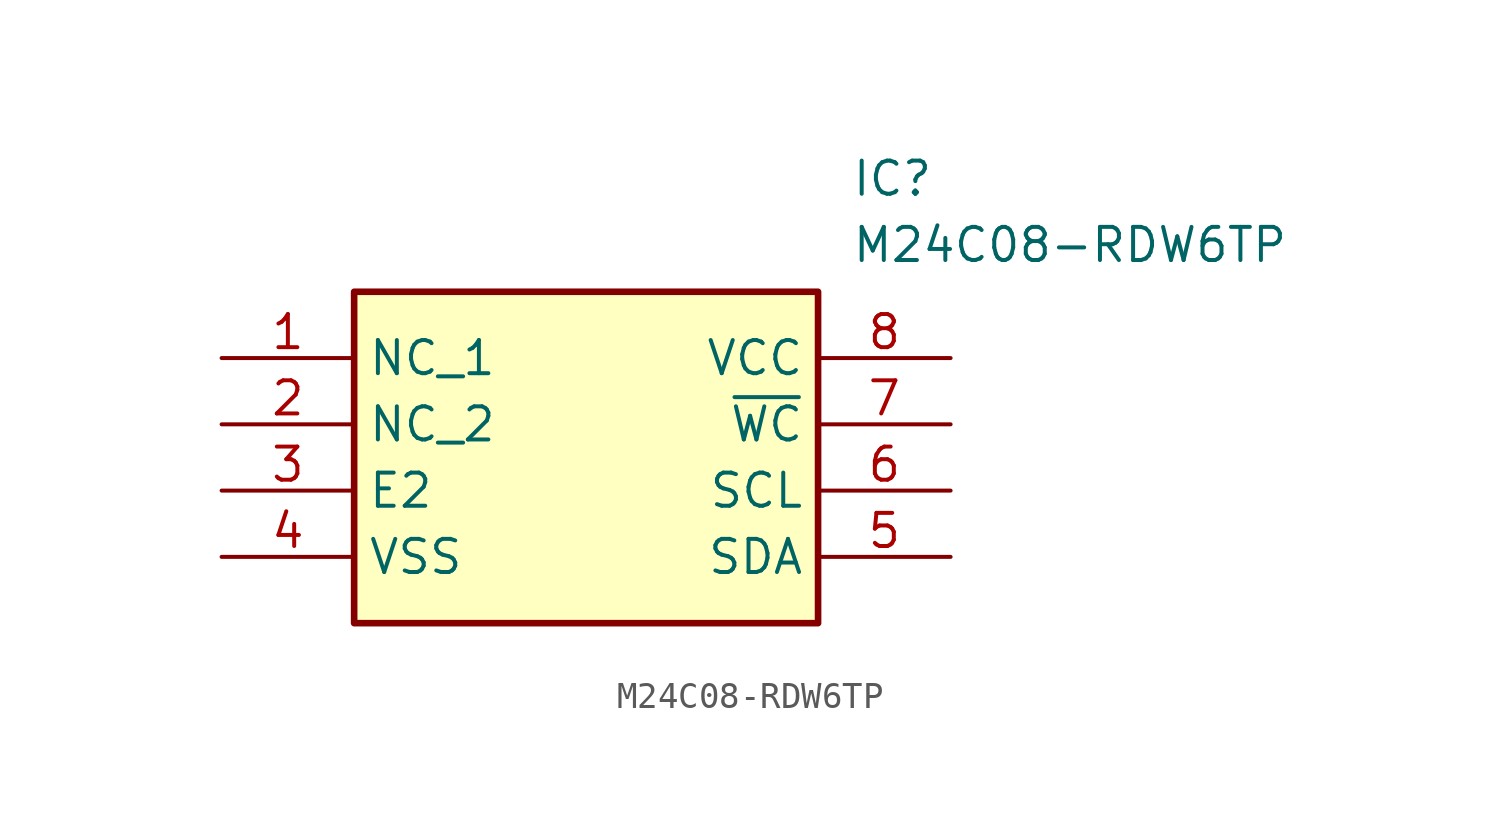
<source format=kicad_sym>
(kicad_symbol_lib
  (version 20211014)
  (generator SamacSys_ECAD_Model)
  (symbol "M24C08-RDW6TP"
    (property "Reference" "IC"
      (at 24.13 7.62 0)
      (effects (font (size 1.27 1.27)) (justify left top)))
    (property "Value" "M24C08-RDW6TP"
      (at 24.13 5.08 0)
      (effects (font (size 1.27 1.27)) (justify left top)))
    (rectangle
      (start 5.08 2.54)
      (end 22.86 -10.16)
      (stroke (width 0.254) (type default))
      (fill (type background)))
    (pin passive line
      (at 0 0 0)
      (length 5.08)
      (name "NC_1" (effects (font (size 1.27 1.27))))
      (number "1" (effects (font (size 1.27 1.27)))))
    (pin passive line
      (at 0 -2.54 0)
      (length 5.08)
      (name "NC_2" (effects (font (size 1.27 1.27))))
      (number "2" (effects (font (size 1.27 1.27)))))
    (pin passive line
      (at 0 -5.08 0)
      (length 5.08)
      (name "E2" (effects (font (size 1.27 1.27))))
      (number "3" (effects (font (size 1.27 1.27)))))
    (pin passive line
      (at 0 -7.62 0)
      (length 5.08)
      (name "VSS" (effects (font (size 1.27 1.27))))
      (number "4" (effects (font (size 1.27 1.27)))))
    (pin passive line
      (at 27.94 0 180)
      (length 5.08)
      (name "VCC" (effects (font (size 1.27 1.27))))
      (number "8" (effects (font (size 1.27 1.27)))))
    (pin passive line
      (at 27.94 -2.54 180)
      (length 5.08)
      (name "~{WC}" (effects (font (size 1.27 1.27))))
      (number "7" (effects (font (size 1.27 1.27)))))
    (pin passive line
      (at 27.94 -5.08 180)
      (length 5.08)
      (name "SCL" (effects (font (size 1.27 1.27))))
      (number "6" (effects (font (size 1.27 1.27)))))
    (pin passive line
      (at 27.94 -7.62 180)
      (length 5.08)
      (name "SDA" (effects (font (size 1.27 1.27))))
      (number "5" (effects (font (size 1.27 1.27)))))))
</source>
